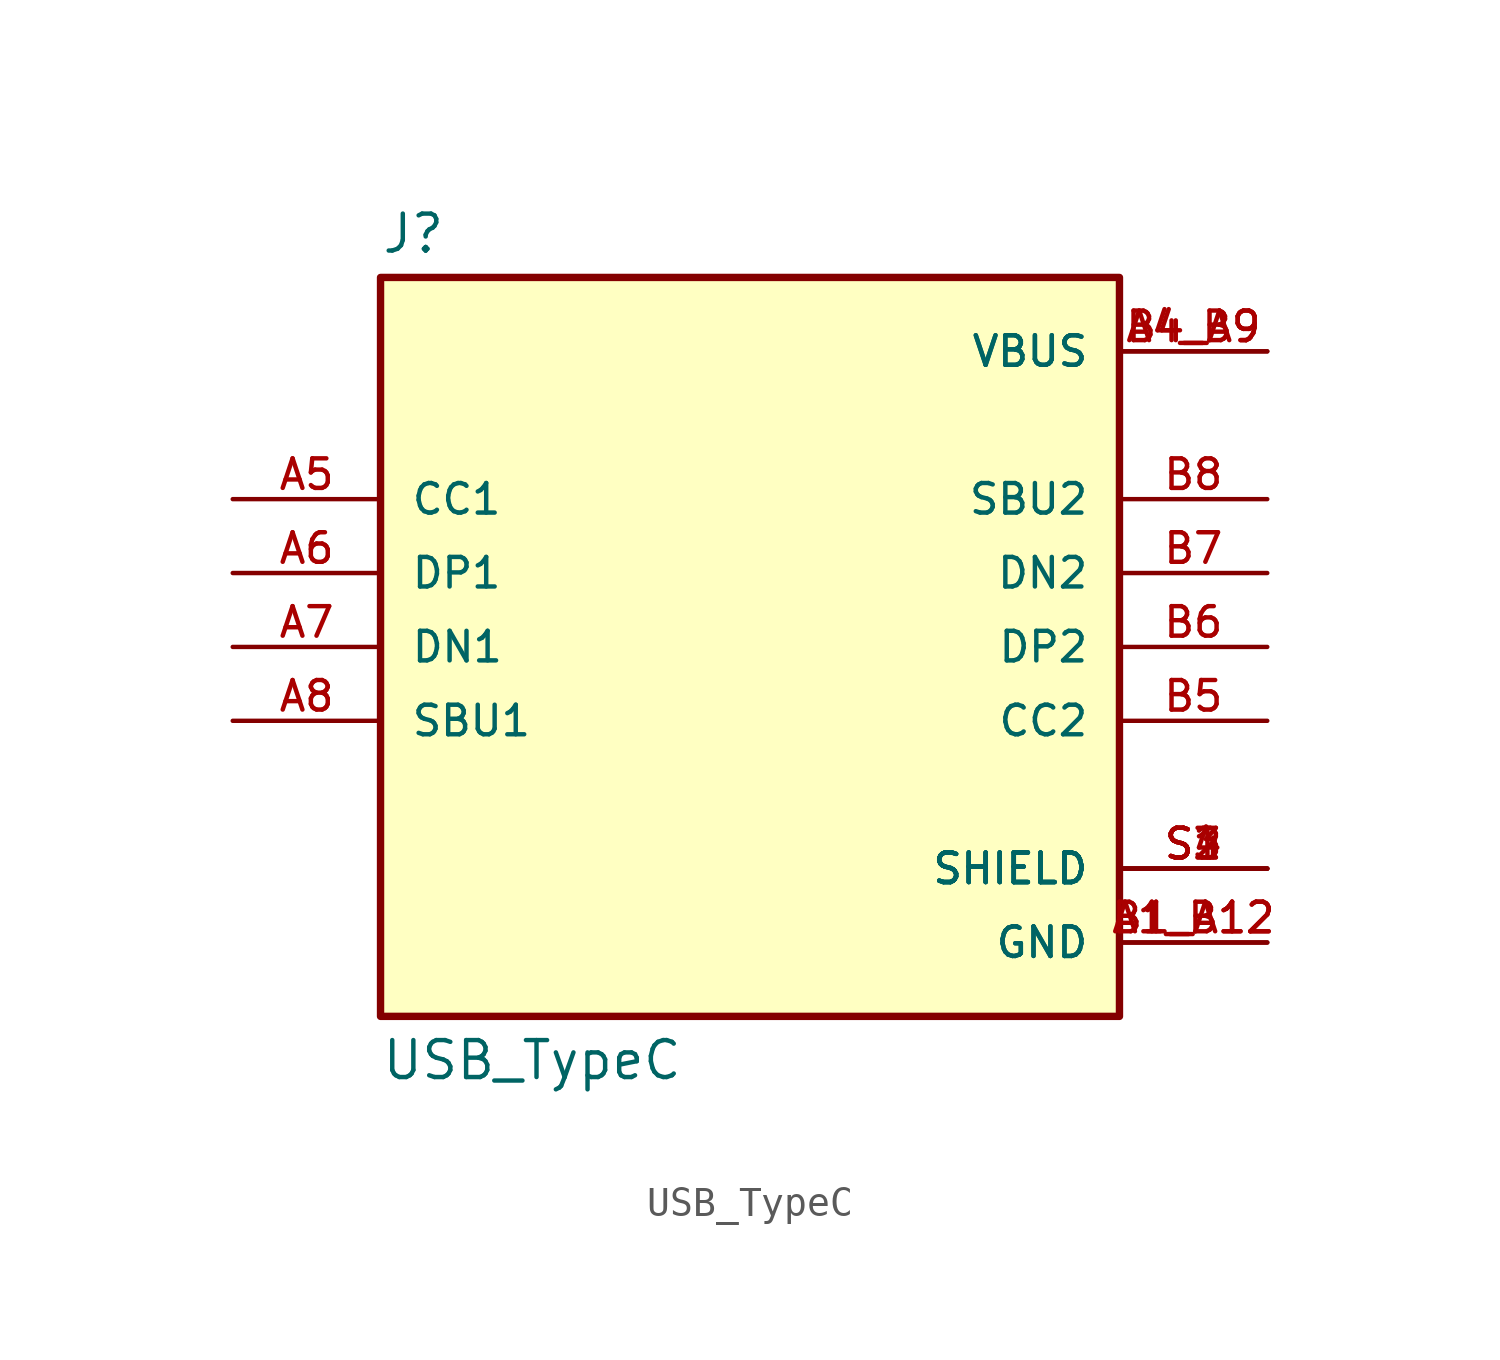
<source format=kicad_sym>
(kicad_symbol_lib
  (version 20241209)
  (generator "kicad_symbol_editor")
  (generator_version "9.0")
  (symbol "USB_TypeC"
    (pin_names
      (offset 1.016))
    (property "Reference" "J"
      (at -12.7 13.462 0)
      (effects (font (size 1.27 1.27)) (justify left bottom)))
    (property "Value" "USB_TypeC"
      (at -12.7 -13.462 0)
      (effects (font (size 1.27 1.27)) (justify left top)))
    (symbol "USB_TypeC_0_0"
      (rectangle (start -12.7 -12.7) (end 12.7 12.7) (stroke (width 0.254) (type default)) (fill (type background)))
      (pin bidirectional line (at -17.78 5.08 0) (length 5.08) (name "CC1" (effects (font (size 1.016 1.016)))) (number "A5" (effects (font (size 1.016 1.016)))))
      (pin bidirectional line (at -17.78 2.54 0) (length 5.08) (name "DP1" (effects (font (size 1.016 1.016)))) (number "A6" (effects (font (size 1.016 1.016)))))
      (pin bidirectional line (at -17.78 0 0) (length 5.08) (name "DN1" (effects (font (size 1.016 1.016)))) (number "A7" (effects (font (size 1.016 1.016)))))
      (pin bidirectional line (at -17.78 -2.54 0) (length 5.08) (name "SBU1" (effects (font (size 1.016 1.016)))) (number "A8" (effects (font (size 1.016 1.016)))))
      (pin power_in line (at 17.78 10.16 180) (length 5.08) (name "VBUS" (effects (font (size 1.016 1.016)))) (number "A4_B9" (effects (font (size 1.016 1.016)))))
      (pin power_in line (at 17.78 10.16 180) (length 5.08) (name "VBUS" (effects (font (size 1.016 1.016)))) (number "B4_A9" (effects (font (size 1.016 1.016)))))
      (pin bidirectional line (at 17.78 5.08 180) (length 5.08) (name "SBU2" (effects (font (size 1.016 1.016)))) (number "B8" (effects (font (size 1.016 1.016)))))
      (pin bidirectional line (at 17.78 2.54 180) (length 5.08) (name "DN2" (effects (font (size 1.016 1.016)))) (number "B7" (effects (font (size 1.016 1.016)))))
      (pin bidirectional line (at 17.78 0 180) (length 5.08) (name "DP2" (effects (font (size 1.016 1.016)))) (number "B6" (effects (font (size 1.016 1.016)))))
      (pin bidirectional line (at 17.78 -2.54 180) (length 5.08) (name "CC2" (effects (font (size 1.016 1.016)))) (number "B5" (effects (font (size 1.016 1.016)))))
      (pin passive line (at 17.78 -7.62 180) (length 5.08) (name "SHIELD" (effects (font (size 1.016 1.016)))) (number "S1" (effects (font (size 1.016 1.016)))))
      (pin passive line (at 17.78 -7.62 180) (length 5.08) (name "SHIELD" (effects (font (size 1.016 1.016)))) (number "S2" (effects (font (size 1.016 1.016)))))
      (pin passive line (at 17.78 -7.62 180) (length 5.08) (name "SHIELD" (effects (font (size 1.016 1.016)))) (number "S3" (effects (font (size 1.016 1.016)))))
      (pin passive line (at 17.78 -7.62 180) (length 5.08) (name "SHIELD" (effects (font (size 1.016 1.016)))) (number "S4" (effects (font (size 1.016 1.016)))))
      (pin power_in line (at 17.78 -10.16 180) (length 5.08) (name "GND" (effects (font (size 1.016 1.016)))) (number "A1_B12" (effects (font (size 1.016 1.016)))))
      (pin power_in line (at 17.78 -10.16 180) (length 5.08) (name "GND" (effects (font (size 1.016 1.016)))) (number "B1_A12" (effects (font (size 1.016 1.016))))))))
</source>
